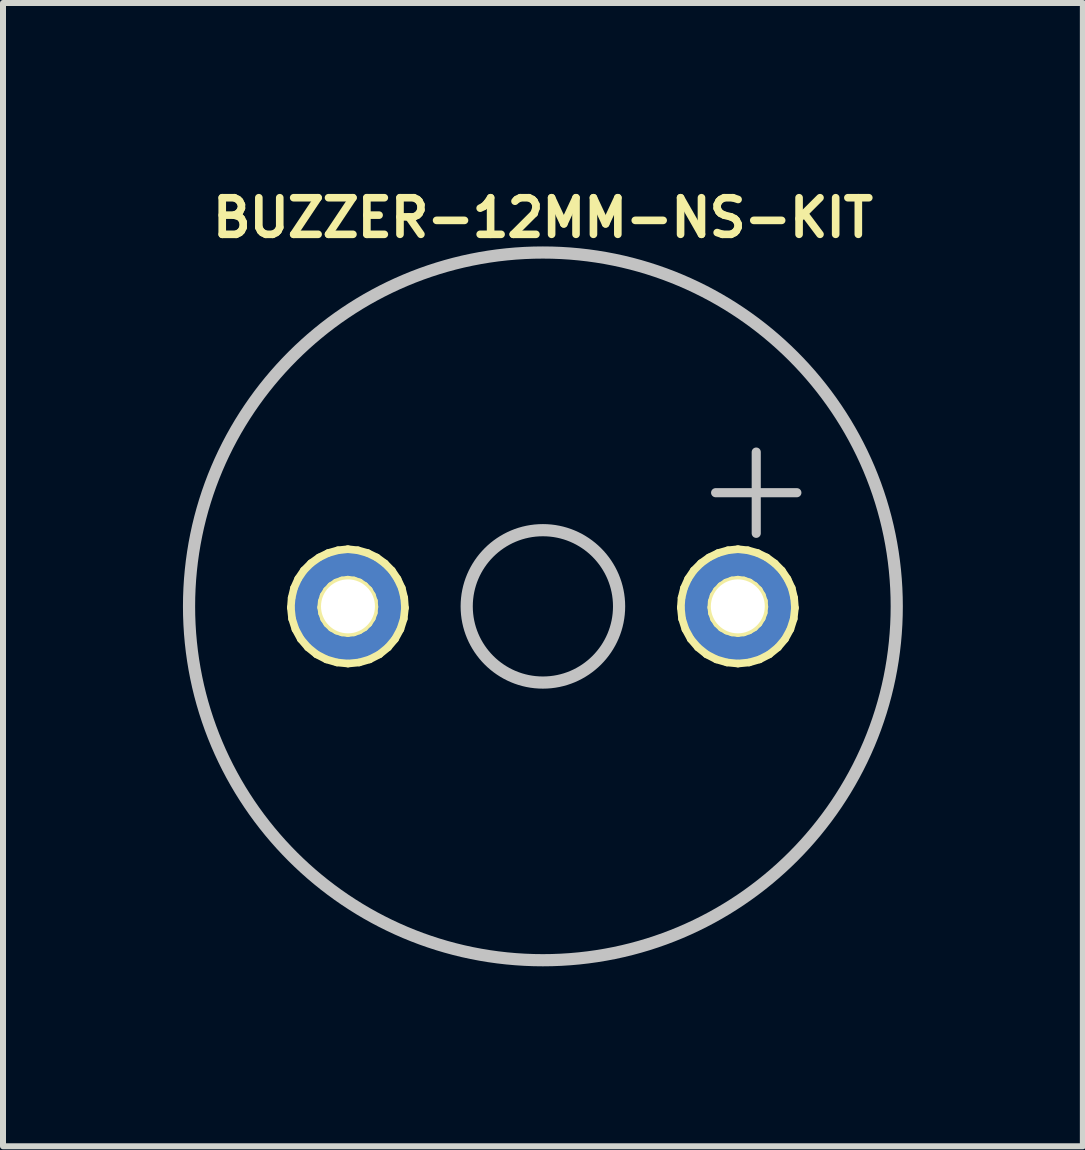
<source format=kicad_pcb>
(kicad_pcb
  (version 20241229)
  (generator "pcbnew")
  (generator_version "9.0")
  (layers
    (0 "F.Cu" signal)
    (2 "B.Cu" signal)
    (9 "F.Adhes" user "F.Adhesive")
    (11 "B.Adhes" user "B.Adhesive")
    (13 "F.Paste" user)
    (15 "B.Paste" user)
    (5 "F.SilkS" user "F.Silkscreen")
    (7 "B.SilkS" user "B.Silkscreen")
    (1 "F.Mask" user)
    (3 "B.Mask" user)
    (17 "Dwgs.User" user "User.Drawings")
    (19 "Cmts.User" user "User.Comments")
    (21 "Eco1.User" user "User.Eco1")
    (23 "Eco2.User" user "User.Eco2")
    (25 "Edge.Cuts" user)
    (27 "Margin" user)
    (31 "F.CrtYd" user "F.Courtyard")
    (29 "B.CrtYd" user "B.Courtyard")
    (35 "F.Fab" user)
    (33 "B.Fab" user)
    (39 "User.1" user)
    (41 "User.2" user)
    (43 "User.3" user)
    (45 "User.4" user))
  (footprint "BUZZER-12MM-NS-KIT"
    (layer "F.Cu")
    (at 5.999 7.057)
    (property "Reference" "BUZZER-12MM-NS-KIT" (at 0 -6.477 0) (layer "F.SilkS") (effects (font (size 0.61 0.61) (thickness 0.127))))
    (attr exclude_from_pos_files exclude_from_bom)
    (fp_line (start -4.201 0.02) (end -4.188 -0.142) (stroke (width 0.127) (type solid)) (layer "F.SilkS"))
    (fp_line (start -4.188 -0.142) (end -4.148 -0.307) (stroke (width 0.127) (type solid)) (layer "F.SilkS"))
    (fp_line (start -4.181 0.206) (end -4.201 0.02) (stroke (width 0.127) (type solid)) (layer "F.SilkS"))
    (fp_line (start -4.148 -0.307) (end -4.079 -0.46) (stroke (width 0.127) (type solid)) (layer "F.SilkS"))
    (fp_line (start -4.125 0.381) (end -4.181 0.206) (stroke (width 0.127) (type solid)) (layer "F.SilkS"))
    (fp_line (start -4.079 -0.46) (end -3.985 -0.599) (stroke (width 0.127) (type solid)) (layer "F.SilkS"))
    (fp_line (start -4.036 0.544) (end -4.125 0.381) (stroke (width 0.127) (type solid)) (layer "F.SilkS"))
    (fp_line (start -3.985 -0.599) (end -3.866 -0.719) (stroke (width 0.127) (type solid)) (layer "F.SilkS"))
    (fp_line (start -3.917 0.683) (end -4.036 0.544) (stroke (width 0.127) (type solid)) (layer "F.SilkS"))
    (fp_line (start -3.866 -0.719) (end -3.731 -0.815) (stroke (width 0.127) (type solid)) (layer "F.SilkS"))
    (fp_line (start -3.772 0.8) (end -3.917 0.683) (stroke (width 0.127) (type solid)) (layer "F.SilkS"))
    (fp_line (start -3.731 -0.815) (end -3.579 -0.889) (stroke (width 0.127) (type solid)) (layer "F.SilkS"))
    (fp_line (start -3.696 0.018) (end -3.686 -0.081) (stroke (width 0.127) (type solid)) (layer "F.SilkS"))
    (fp_line (start -3.686 -0.081) (end -3.655 -0.178) (stroke (width 0.127) (type solid)) (layer "F.SilkS"))
    (fp_line (start -3.68 0.114) (end -3.696 0.018) (stroke (width 0.127) (type solid)) (layer "F.SilkS"))
    (fp_line (start -3.655 -0.178) (end -3.602 -0.264) (stroke (width 0.127) (type solid)) (layer "F.SilkS"))
    (fp_line (start -3.647 0.206) (end -3.68 0.114) (stroke (width 0.127) (type solid)) (layer "F.SilkS"))
    (fp_line (start -3.609 0.884) (end -3.772 0.8) (stroke (width 0.127) (type solid)) (layer "F.SilkS"))
    (fp_line (start -3.602 -0.264) (end -3.531 -0.34) (stroke (width 0.127) (type solid)) (layer "F.SilkS"))
    (fp_line (start -3.594 0.287) (end -3.647 0.206) (stroke (width 0.127) (type solid)) (layer "F.SilkS"))
    (fp_line (start -3.579 -0.889) (end -3.416 -0.935) (stroke (width 0.127) (type solid)) (layer "F.SilkS"))
    (fp_line (start -3.531 -0.34) (end -3.447 -0.396) (stroke (width 0.127) (type solid)) (layer "F.SilkS"))
    (fp_line (start -3.523 0.356) (end -3.594 0.287) (stroke (width 0.127) (type solid)) (layer "F.SilkS"))
    (fp_line (start -3.447 -0.396) (end -3.35 -0.432) (stroke (width 0.127) (type solid)) (layer "F.SilkS"))
    (fp_line (start -3.439 0.404) (end -3.523 0.356) (stroke (width 0.127) (type solid)) (layer "F.SilkS"))
    (fp_line (start -3.432 0.935) (end -3.609 0.884) (stroke (width 0.127) (type solid)) (layer "F.SilkS"))
    (fp_line (start -3.416 -0.935) (end -3.251 -0.953) (stroke (width 0.127) (type solid)) (layer "F.SilkS"))
    (fp_line (start -3.35 -0.432) (end -3.251 -0.445) (stroke (width 0.127) (type solid)) (layer "F.SilkS"))
    (fp_line (start -3.348 0.434) (end -3.439 0.404) (stroke (width 0.127) (type solid)) (layer "F.SilkS"))
    (fp_line (start -3.251 -0.953) (end -3.084 -0.935) (stroke (width 0.127) (type solid)) (layer "F.SilkS"))
    (fp_line (start -3.251 -0.445) (end -3.15 -0.432) (stroke (width 0.127) (type solid)) (layer "F.SilkS"))
    (fp_line (start -3.251 0.445) (end -3.348 0.434) (stroke (width 0.127) (type solid)) (layer "F.SilkS"))
    (fp_line (start -3.249 0.953) (end -3.432 0.935) (stroke (width 0.127) (type solid)) (layer "F.SilkS"))
    (fp_line (start -3.152 0.434) (end -3.251 0.445) (stroke (width 0.127) (type solid)) (layer "F.SilkS"))
    (fp_line (start -3.15 -0.432) (end -3.056 -0.399) (stroke (width 0.127) (type solid)) (layer "F.SilkS"))
    (fp_line (start -3.084 -0.935) (end -2.921 -0.889) (stroke (width 0.127) (type solid)) (layer "F.SilkS"))
    (fp_line (start -3.063 0.935) (end -3.249 0.953) (stroke (width 0.127) (type solid)) (layer "F.SilkS"))
    (fp_line (start -3.061 0.401) (end -3.152 0.434) (stroke (width 0.127) (type solid)) (layer "F.SilkS"))
    (fp_line (start -3.056 -0.399) (end -2.972 -0.343) (stroke (width 0.127) (type solid)) (layer "F.SilkS"))
    (fp_line (start -2.977 0.351) (end -3.061 0.401) (stroke (width 0.127) (type solid)) (layer "F.SilkS"))
    (fp_line (start -2.972 -0.343) (end -2.901 -0.272) (stroke (width 0.127) (type solid)) (layer "F.SilkS"))
    (fp_line (start -2.921 -0.889) (end -2.769 -0.815) (stroke (width 0.127) (type solid)) (layer "F.SilkS"))
    (fp_line (start -2.906 0.282) (end -2.977 0.351) (stroke (width 0.127) (type solid)) (layer "F.SilkS"))
    (fp_line (start -2.901 -0.272) (end -2.85 -0.185) (stroke (width 0.127) (type solid)) (layer "F.SilkS"))
    (fp_line (start -2.888 0.884) (end -3.063 0.935) (stroke (width 0.127) (type solid)) (layer "F.SilkS"))
    (fp_line (start -2.852 0.198) (end -2.906 0.282) (stroke (width 0.127) (type solid)) (layer "F.SilkS"))
    (fp_line (start -2.85 -0.185) (end -2.817 -0.089) (stroke (width 0.127) (type solid)) (layer "F.SilkS"))
    (fp_line (start -2.819 0.107) (end -2.852 0.198) (stroke (width 0.127) (type solid)) (layer "F.SilkS"))
    (fp_line (start -2.817 -0.089) (end -2.809 0.008) (stroke (width 0.127) (type solid)) (layer "F.SilkS"))
    (fp_line (start -2.809 0.008) (end -2.819 0.107) (stroke (width 0.127) (type solid)) (layer "F.SilkS"))
    (fp_line (start -2.769 -0.815) (end -2.634 -0.716) (stroke (width 0.127) (type solid)) (layer "F.SilkS"))
    (fp_line (start -2.725 0.8) (end -2.888 0.884) (stroke (width 0.127) (type solid)) (layer "F.SilkS"))
    (fp_line (start -2.634 -0.716) (end -2.517 -0.597) (stroke (width 0.127) (type solid)) (layer "F.SilkS"))
    (fp_line (start -2.581 0.683) (end -2.725 0.8) (stroke (width 0.127) (type solid)) (layer "F.SilkS"))
    (fp_line (start -2.517 -0.597) (end -2.423 -0.457) (stroke (width 0.127) (type solid)) (layer "F.SilkS"))
    (fp_line (start -2.464 0.544) (end -2.581 0.683) (stroke (width 0.127) (type solid)) (layer "F.SilkS"))
    (fp_line (start -2.423 -0.457) (end -2.352 -0.305) (stroke (width 0.127) (type solid)) (layer "F.SilkS"))
    (fp_line (start -2.375 0.381) (end -2.464 0.544) (stroke (width 0.127) (type solid)) (layer "F.SilkS"))
    (fp_line (start -2.352 -0.305) (end -2.311 -0.14) (stroke (width 0.127) (type solid)) (layer "F.SilkS"))
    (fp_line (start -2.319 0.206) (end -2.375 0.381) (stroke (width 0.127) (type solid)) (layer "F.SilkS"))
    (fp_line (start -2.311 -0.14) (end -2.299 0.025) (stroke (width 0.127) (type solid)) (layer "F.SilkS"))
    (fp_line (start -2.299 0.025) (end -2.319 0.206) (stroke (width 0.127) (type solid)) (layer "F.SilkS"))
    (fp_line (start 2.299 0.02) (end 2.311 -0.142) (stroke (width 0.127) (type solid)) (layer "F.SilkS"))
    (fp_line (start 2.311 -0.142) (end 2.352 -0.307) (stroke (width 0.127) (type solid)) (layer "F.SilkS"))
    (fp_line (start 2.319 0.206) (end 2.299 0.02) (stroke (width 0.127) (type solid)) (layer "F.SilkS"))
    (fp_line (start 2.352 -0.307) (end 2.421 -0.46) (stroke (width 0.127) (type solid)) (layer "F.SilkS"))
    (fp_line (start 2.375 0.381) (end 2.319 0.206) (stroke (width 0.127) (type solid)) (layer "F.SilkS"))
    (fp_line (start 2.421 -0.46) (end 2.515 -0.599) (stroke (width 0.127) (type solid)) (layer "F.SilkS"))
    (fp_line (start 2.464 0.544) (end 2.375 0.381) (stroke (width 0.127) (type solid)) (layer "F.SilkS"))
    (fp_line (start 2.515 -0.599) (end 2.634 -0.719) (stroke (width 0.127) (type solid)) (layer "F.SilkS"))
    (fp_line (start 2.583 0.683) (end 2.464 0.544) (stroke (width 0.127) (type solid)) (layer "F.SilkS"))
    (fp_line (start 2.634 -0.719) (end 2.769 -0.815) (stroke (width 0.127) (type solid)) (layer "F.SilkS"))
    (fp_line (start 2.728 0.8) (end 2.583 0.683) (stroke (width 0.127) (type solid)) (layer "F.SilkS"))
    (fp_line (start 2.769 -0.815) (end 2.921 -0.889) (stroke (width 0.127) (type solid)) (layer "F.SilkS"))
    (fp_line (start 2.807 0.018) (end 2.814 -0.081) (stroke (width 0.127) (type solid)) (layer "F.SilkS"))
    (fp_line (start 2.814 -0.081) (end 2.845 -0.178) (stroke (width 0.127) (type solid)) (layer "F.SilkS"))
    (fp_line (start 2.819 0.114) (end 2.807 0.018) (stroke (width 0.127) (type solid)) (layer "F.SilkS"))
    (fp_line (start 2.845 -0.178) (end 2.898 -0.264) (stroke (width 0.127) (type solid)) (layer "F.SilkS"))
    (fp_line (start 2.852 0.206) (end 2.819 0.114) (stroke (width 0.127) (type solid)) (layer "F.SilkS"))
    (fp_line (start 2.891 0.884) (end 2.728 0.8) (stroke (width 0.127) (type solid)) (layer "F.SilkS"))
    (fp_line (start 2.898 -0.264) (end 2.969 -0.34) (stroke (width 0.127) (type solid)) (layer "F.SilkS"))
    (fp_line (start 2.906 0.287) (end 2.852 0.206) (stroke (width 0.127) (type solid)) (layer "F.SilkS"))
    (fp_line (start 2.921 -0.889) (end 3.084 -0.935) (stroke (width 0.127) (type solid)) (layer "F.SilkS"))
    (fp_line (start 2.969 -0.34) (end 3.053 -0.396) (stroke (width 0.127) (type solid)) (layer "F.SilkS"))
    (fp_line (start 2.977 0.356) (end 2.906 0.287) (stroke (width 0.127) (type solid)) (layer "F.SilkS"))
    (fp_line (start 3.053 -0.396) (end 3.15 -0.432) (stroke (width 0.127) (type solid)) (layer "F.SilkS"))
    (fp_line (start 3.061 0.404) (end 2.977 0.356) (stroke (width 0.127) (type solid)) (layer "F.SilkS"))
    (fp_line (start 3.068 0.935) (end 2.891 0.884) (stroke (width 0.127) (type solid)) (layer "F.SilkS"))
    (fp_line (start 3.084 -0.935) (end 3.251 -0.953) (stroke (width 0.127) (type solid)) (layer "F.SilkS"))
    (fp_line (start 3.15 -0.432) (end 3.251 -0.445) (stroke (width 0.127) (type solid)) (layer "F.SilkS"))
    (fp_line (start 3.152 0.434) (end 3.061 0.404) (stroke (width 0.127) (type solid)) (layer "F.SilkS"))
    (fp_line (start 3.251 -0.953) (end 3.416 -0.935) (stroke (width 0.127) (type solid)) (layer "F.SilkS"))
    (fp_line (start 3.251 -0.445) (end 3.35 -0.432) (stroke (width 0.127) (type solid)) (layer "F.SilkS"))
    (fp_line (start 3.251 0.445) (end 3.152 0.434) (stroke (width 0.127) (type solid)) (layer "F.SilkS"))
    (fp_line (start 3.251 0.953) (end 3.068 0.935) (stroke (width 0.127) (type solid)) (layer "F.SilkS"))
    (fp_line (start 3.348 0.434) (end 3.251 0.445) (stroke (width 0.127) (type solid)) (layer "F.SilkS"))
    (fp_line (start 3.35 -0.432) (end 3.444 -0.399) (stroke (width 0.127) (type solid)) (layer "F.SilkS"))
    (fp_line (start 3.416 -0.935) (end 3.579 -0.889) (stroke (width 0.127) (type solid)) (layer "F.SilkS"))
    (fp_line (start 3.437 0.935) (end 3.251 0.953) (stroke (width 0.127) (type solid)) (layer "F.SilkS"))
    (fp_line (start 3.439 0.401) (end 3.348 0.434) (stroke (width 0.127) (type solid)) (layer "F.SilkS"))
    (fp_line (start 3.444 -0.399) (end 3.528 -0.343) (stroke (width 0.127) (type solid)) (layer "F.SilkS"))
    (fp_line (start 3.523 0.351) (end 3.439 0.401) (stroke (width 0.127) (type solid)) (layer "F.SilkS"))
    (fp_line (start 3.528 -0.343) (end 3.599 -0.272) (stroke (width 0.127) (type solid)) (layer "F.SilkS"))
    (fp_line (start 3.579 -0.889) (end 3.731 -0.815) (stroke (width 0.127) (type solid)) (layer "F.SilkS"))
    (fp_line (start 3.594 0.282) (end 3.523 0.351) (stroke (width 0.127) (type solid)) (layer "F.SilkS"))
    (fp_line (start 3.599 -0.272) (end 3.65 -0.185) (stroke (width 0.127) (type solid)) (layer "F.SilkS"))
    (fp_line (start 3.612 0.884) (end 3.437 0.935) (stroke (width 0.127) (type solid)) (layer "F.SilkS"))
    (fp_line (start 3.647 0.198) (end 3.594 0.282) (stroke (width 0.127) (type solid)) (layer "F.SilkS"))
    (fp_line (start 3.65 -0.185) (end 3.683 -0.089) (stroke (width 0.127) (type solid)) (layer "F.SilkS"))
    (fp_line (start 3.68 0.107) (end 3.647 0.198) (stroke (width 0.127) (type solid)) (layer "F.SilkS"))
    (fp_line (start 3.683 -0.089) (end 3.691 0.008) (stroke (width 0.127) (type solid)) (layer "F.SilkS"))
    (fp_line (start 3.691 0.008) (end 3.68 0.107) (stroke (width 0.127) (type solid)) (layer "F.SilkS"))
    (fp_line (start 3.731 -0.815) (end 3.866 -0.716) (stroke (width 0.127) (type solid)) (layer "F.SilkS"))
    (fp_line (start 3.774 0.8) (end 3.612 0.884) (stroke (width 0.127) (type solid)) (layer "F.SilkS"))
    (fp_line (start 3.866 -0.716) (end 3.983 -0.597) (stroke (width 0.127) (type solid)) (layer "F.SilkS"))
    (fp_line (start 3.919 0.683) (end 3.774 0.8) (stroke (width 0.127) (type solid)) (layer "F.SilkS"))
    (fp_line (start 3.983 -0.597) (end 4.077 -0.457) (stroke (width 0.127) (type solid)) (layer "F.SilkS"))
    (fp_line (start 4.036 0.544) (end 3.919 0.683) (stroke (width 0.127) (type solid)) (layer "F.SilkS"))
    (fp_line (start 4.077 -0.457) (end 4.148 -0.305) (stroke (width 0.127) (type solid)) (layer "F.SilkS"))
    (fp_line (start 4.125 0.381) (end 4.036 0.544) (stroke (width 0.127) (type solid)) (layer "F.SilkS"))
    (fp_line (start 4.148 -0.305) (end 4.188 -0.14) (stroke (width 0.127) (type solid)) (layer "F.SilkS"))
    (fp_line (start 4.181 0.206) (end 4.125 0.381) (stroke (width 0.127) (type solid)) (layer "F.SilkS"))
    (fp_line (start 4.188 -0.14) (end 4.201 0.025) (stroke (width 0.127) (type solid)) (layer "F.SilkS"))
    (fp_line (start 4.201 0.025) (end 4.181 0.206) (stroke (width 0.127) (type solid)) (layer "F.SilkS"))
    (fp_circle (center 0 0) (end 0 -5.898) (stroke (width 0.203) (type solid)) (fill no) (layer "Dwgs.User"))
    (fp_circle (center 0 0) (end 0 -1.27) (stroke (width 0.203) (type solid)) (fill no) (layer "Dwgs.User"))
    (fp_text user "+" (at 3.556 -2.032 0) (layer "Dwgs.User") (effects (font (size 1.778 1.778) (thickness 0.152))))
    (pad "+" thru_hole circle (at 3.249 0) (size 1.88 1.88) (drill 0.899) (layers "*.Cu" "*.Paste" "*.Mask"))
    (pad "-" thru_hole circle (at -3.249 0) (size 1.88 1.88) (drill 0.899) (layers "*.Cu" "*.Paste" "*.Mask")))
  (gr_rect
    (start -3 -3)
    (end 14.999 16.056)
    (stroke (width 0.1) (type default))
    (fill no)
    (layer "Edge.Cuts")))
</source>
